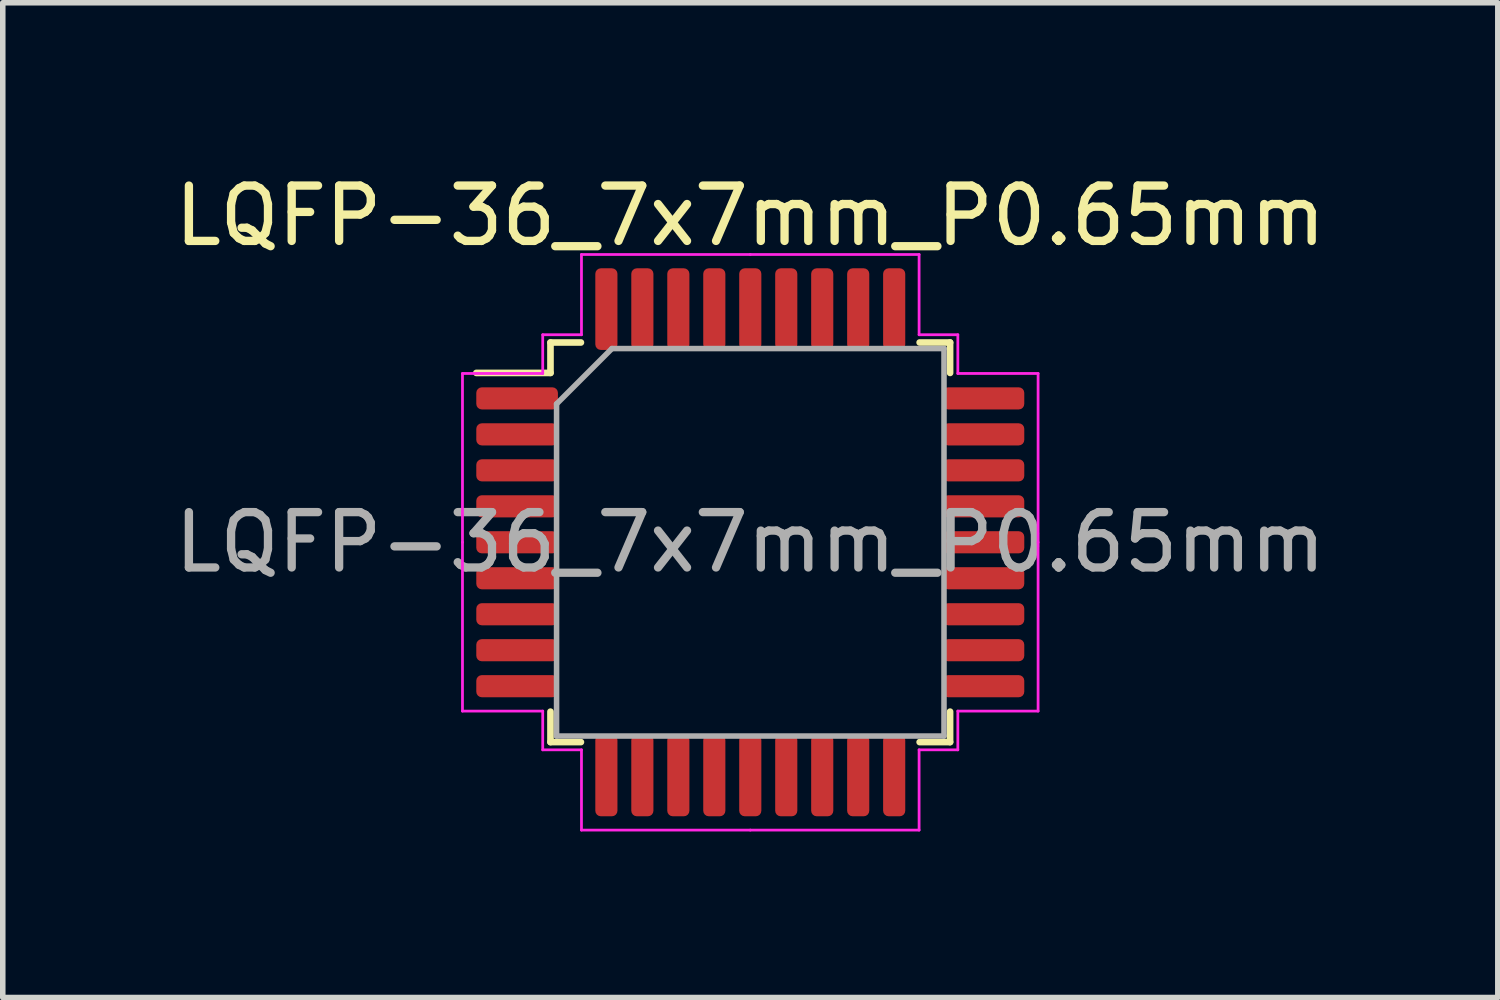
<source format=kicad_pcb>
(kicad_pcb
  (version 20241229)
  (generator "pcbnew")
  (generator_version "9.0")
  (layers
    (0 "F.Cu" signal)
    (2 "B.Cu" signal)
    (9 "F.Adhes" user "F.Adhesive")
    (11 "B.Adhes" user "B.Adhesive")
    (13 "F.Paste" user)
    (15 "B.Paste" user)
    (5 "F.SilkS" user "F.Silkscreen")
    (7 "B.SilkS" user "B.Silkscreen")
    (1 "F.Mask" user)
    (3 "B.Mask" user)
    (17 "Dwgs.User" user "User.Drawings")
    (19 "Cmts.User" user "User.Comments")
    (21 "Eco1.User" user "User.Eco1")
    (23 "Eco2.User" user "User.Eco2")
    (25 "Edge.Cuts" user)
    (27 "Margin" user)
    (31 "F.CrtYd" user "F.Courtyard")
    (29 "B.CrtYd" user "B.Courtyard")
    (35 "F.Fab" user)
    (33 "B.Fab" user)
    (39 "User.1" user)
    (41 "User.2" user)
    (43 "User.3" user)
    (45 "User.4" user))
  (footprint "LQFP-36_7x7mm_P0.65mm"
    (layer "F.Cu")
    (at 10.506 6.748)
    (property "Reference" "LQFP-36_7x7mm_P0.65mm" (at 0 -5.9 0) (layer "F.SilkS") (effects (font (size 1 1) (thickness 0.15))))
    (attr smd)
    (fp_line (start -3.61 -3.61) (end -3.61 -3.06) (stroke (width 0.12) (type solid)) (layer "F.SilkS"))
    (fp_line (start -3.61 -3.06) (end -4.95 -3.06) (stroke (width 0.12) (type solid)) (layer "F.SilkS"))
    (fp_line (start -3.61 3.61) (end -3.61 3.06) (stroke (width 0.12) (type solid)) (layer "F.SilkS"))
    (fp_line (start -3.06 -3.61) (end -3.61 -3.61) (stroke (width 0.12) (type solid)) (layer "F.SilkS"))
    (fp_line (start -3.06 3.61) (end -3.61 3.61) (stroke (width 0.12) (type solid)) (layer "F.SilkS"))
    (fp_line (start 3.06 -3.61) (end 3.61 -3.61) (stroke (width 0.12) (type solid)) (layer "F.SilkS"))
    (fp_line (start 3.06 3.61) (end 3.61 3.61) (stroke (width 0.12) (type solid)) (layer "F.SilkS"))
    (fp_line (start 3.61 -3.61) (end 3.61 -3.06) (stroke (width 0.12) (type solid)) (layer "F.SilkS"))
    (fp_line (start 3.61 3.61) (end 3.61 3.06) (stroke (width 0.12) (type solid)) (layer "F.SilkS"))
    (fp_line (start -5.2 -3.05) (end -5.2 0) (stroke (width 0.05) (type solid)) (layer "F.CrtYd"))
    (fp_line (start -5.2 3.05) (end -5.2 0) (stroke (width 0.05) (type solid)) (layer "F.CrtYd"))
    (fp_line (start -3.75 -3.75) (end -3.75 -3.05) (stroke (width 0.05) (type solid)) (layer "F.CrtYd"))
    (fp_line (start -3.75 -3.05) (end -5.2 -3.05) (stroke (width 0.05) (type solid)) (layer "F.CrtYd"))
    (fp_line (start -3.75 3.05) (end -5.2 3.05) (stroke (width 0.05) (type solid)) (layer "F.CrtYd"))
    (fp_line (start -3.75 3.75) (end -3.75 3.05) (stroke (width 0.05) (type solid)) (layer "F.CrtYd"))
    (fp_line (start -3.05 -5.2) (end -3.05 -3.75) (stroke (width 0.05) (type solid)) (layer "F.CrtYd"))
    (fp_line (start -3.05 -3.75) (end -3.75 -3.75) (stroke (width 0.05) (type solid)) (layer "F.CrtYd"))
    (fp_line (start -3.05 3.75) (end -3.75 3.75) (stroke (width 0.05) (type solid)) (layer "F.CrtYd"))
    (fp_line (start -3.05 5.2) (end -3.05 3.75) (stroke (width 0.05) (type solid)) (layer "F.CrtYd"))
    (fp_line (start 0 -5.2) (end -3.05 -5.2) (stroke (width 0.05) (type solid)) (layer "F.CrtYd"))
    (fp_line (start 0 -5.2) (end 3.05 -5.2) (stroke (width 0.05) (type solid)) (layer "F.CrtYd"))
    (fp_line (start 0 5.2) (end -3.05 5.2) (stroke (width 0.05) (type solid)) (layer "F.CrtYd"))
    (fp_line (start 0 5.2) (end 3.05 5.2) (stroke (width 0.05) (type solid)) (layer "F.CrtYd"))
    (fp_line (start 3.05 -5.2) (end 3.05 -3.75) (stroke (width 0.05) (type solid)) (layer "F.CrtYd"))
    (fp_line (start 3.05 -3.75) (end 3.75 -3.75) (stroke (width 0.05) (type solid)) (layer "F.CrtYd"))
    (fp_line (start 3.05 3.75) (end 3.75 3.75) (stroke (width 0.05) (type solid)) (layer "F.CrtYd"))
    (fp_line (start 3.05 5.2) (end 3.05 3.75) (stroke (width 0.05) (type solid)) (layer "F.CrtYd"))
    (fp_line (start 3.75 -3.75) (end 3.75 -3.05) (stroke (width 0.05) (type solid)) (layer "F.CrtYd"))
    (fp_line (start 3.75 -3.05) (end 5.2 -3.05) (stroke (width 0.05) (type solid)) (layer "F.CrtYd"))
    (fp_line (start 3.75 3.05) (end 5.2 3.05) (stroke (width 0.05) (type solid)) (layer "F.CrtYd"))
    (fp_line (start 3.75 3.75) (end 3.75 3.05) (stroke (width 0.05) (type solid)) (layer "F.CrtYd"))
    (fp_line (start 5.2 -3.05) (end 5.2 0) (stroke (width 0.05) (type solid)) (layer "F.CrtYd"))
    (fp_line (start 5.2 3.05) (end 5.2 0) (stroke (width 0.05) (type solid)) (layer "F.CrtYd"))
    (fp_line (start -3.5 -2.5) (end -2.5 -3.5) (stroke (width 0.1) (type solid)) (layer "F.Fab"))
    (fp_line (start -3.5 3.5) (end -3.5 -2.5) (stroke (width 0.1) (type solid)) (layer "F.Fab"))
    (fp_line (start -2.5 -3.5) (end 3.5 -3.5) (stroke (width 0.1) (type solid)) (layer "F.Fab"))
    (fp_line (start 3.5 -3.5) (end 3.5 3.5) (stroke (width 0.1) (type solid)) (layer "F.Fab"))
    (fp_line (start 3.5 3.5) (end -3.5 3.5) (stroke (width 0.1) (type solid)) (layer "F.Fab"))
    (fp_text user "${REFERENCE}" (at 0 0 0) (layer "F.Fab") (effects (font (size 1 1) (thickness 0.15))))
    (pad "1" smd roundrect (at -4.213 -2.6) (size 1.475 0.4) (layers "F.Cu" "F.Mask" "F.Paste") (roundrect_rratio 0.25))
    (pad "2" smd roundrect (at -4.213 -1.95) (size 1.475 0.4) (layers "F.Cu" "F.Mask" "F.Paste") (roundrect_rratio 0.25))
    (pad "3" smd roundrect (at -4.213 -1.3) (size 1.475 0.4) (layers "F.Cu" "F.Mask" "F.Paste") (roundrect_rratio 0.25))
    (pad "4" smd roundrect (at -4.213 -0.65) (size 1.475 0.4) (layers "F.Cu" "F.Mask" "F.Paste") (roundrect_rratio 0.25))
    (pad "5" smd roundrect (at -4.213 0) (size 1.475 0.4) (layers "F.Cu" "F.Mask" "F.Paste") (roundrect_rratio 0.25))
    (pad "6" smd roundrect (at -4.213 0.65) (size 1.475 0.4) (layers "F.Cu" "F.Mask" "F.Paste") (roundrect_rratio 0.25))
    (pad "7" smd roundrect (at -4.213 1.3) (size 1.475 0.4) (layers "F.Cu" "F.Mask" "F.Paste") (roundrect_rratio 0.25))
    (pad "8" smd roundrect (at -4.213 1.95) (size 1.475 0.4) (layers "F.Cu" "F.Mask" "F.Paste") (roundrect_rratio 0.25))
    (pad "9" smd roundrect (at -4.213 2.6) (size 1.475 0.4) (layers "F.Cu" "F.Mask" "F.Paste") (roundrect_rratio 0.25))
    (pad "10" smd roundrect (at -2.6 4.213) (size 0.4 1.475) (layers "F.Cu" "F.Mask" "F.Paste") (roundrect_rratio 0.25))
    (pad "11" smd roundrect (at -1.95 4.213) (size 0.4 1.475) (layers "F.Cu" "F.Mask" "F.Paste") (roundrect_rratio 0.25))
    (pad "12" smd roundrect (at -1.3 4.213) (size 0.4 1.475) (layers "F.Cu" "F.Mask" "F.Paste") (roundrect_rratio 0.25))
    (pad "13" smd roundrect (at -0.65 4.213) (size 0.4 1.475) (layers "F.Cu" "F.Mask" "F.Paste") (roundrect_rratio 0.25))
    (pad "14" smd roundrect (at 0 4.213) (size 0.4 1.475) (layers "F.Cu" "F.Mask" "F.Paste") (roundrect_rratio 0.25))
    (pad "15" smd roundrect (at 0.65 4.213) (size 0.4 1.475) (layers "F.Cu" "F.Mask" "F.Paste") (roundrect_rratio 0.25))
    (pad "16" smd roundrect (at 1.3 4.213) (size 0.4 1.475) (layers "F.Cu" "F.Mask" "F.Paste") (roundrect_rratio 0.25))
    (pad "17" smd roundrect (at 1.95 4.213) (size 0.4 1.475) (layers "F.Cu" "F.Mask" "F.Paste") (roundrect_rratio 0.25))
    (pad "18" smd roundrect (at 2.6 4.213) (size 0.4 1.475) (layers "F.Cu" "F.Mask" "F.Paste") (roundrect_rratio 0.25))
    (pad "19" smd roundrect (at 4.213 2.6) (size 1.475 0.4) (layers "F.Cu" "F.Mask" "F.Paste") (roundrect_rratio 0.25))
    (pad "20" smd roundrect (at 4.213 1.95) (size 1.475 0.4) (layers "F.Cu" "F.Mask" "F.Paste") (roundrect_rratio 0.25))
    (pad "21" smd roundrect (at 4.213 1.3) (size 1.475 0.4) (layers "F.Cu" "F.Mask" "F.Paste") (roundrect_rratio 0.25))
    (pad "22" smd roundrect (at 4.213 0.65) (size 1.475 0.4) (layers "F.Cu" "F.Mask" "F.Paste") (roundrect_rratio 0.25))
    (pad "23" smd roundrect (at 4.213 0) (size 1.475 0.4) (layers "F.Cu" "F.Mask" "F.Paste") (roundrect_rratio 0.25))
    (pad "24" smd roundrect (at 4.213 -0.65) (size 1.475 0.4) (layers "F.Cu" "F.Mask" "F.Paste") (roundrect_rratio 0.25))
    (pad "25" smd roundrect (at 4.213 -1.3) (size 1.475 0.4) (layers "F.Cu" "F.Mask" "F.Paste") (roundrect_rratio 0.25))
    (pad "26" smd roundrect (at 4.213 -1.95) (size 1.475 0.4) (layers "F.Cu" "F.Mask" "F.Paste") (roundrect_rratio 0.25))
    (pad "27" smd roundrect (at 4.213 -2.6) (size 1.475 0.4) (layers "F.Cu" "F.Mask" "F.Paste") (roundrect_rratio 0.25))
    (pad "28" smd roundrect (at 2.6 -4.213) (size 0.4 1.475) (layers "F.Cu" "F.Mask" "F.Paste") (roundrect_rratio 0.25))
    (pad "29" smd roundrect (at 1.95 -4.213) (size 0.4 1.475) (layers "F.Cu" "F.Mask" "F.Paste") (roundrect_rratio 0.25))
    (pad "30" smd roundrect (at 1.3 -4.213) (size 0.4 1.475) (layers "F.Cu" "F.Mask" "F.Paste") (roundrect_rratio 0.25))
    (pad "31" smd roundrect (at 0.65 -4.213) (size 0.4 1.475) (layers "F.Cu" "F.Mask" "F.Paste") (roundrect_rratio 0.25))
    (pad "32" smd roundrect (at 0 -4.213) (size 0.4 1.475) (layers "F.Cu" "F.Mask" "F.Paste") (roundrect_rratio 0.25))
    (pad "33" smd roundrect (at -0.65 -4.213) (size 0.4 1.475) (layers "F.Cu" "F.Mask" "F.Paste") (roundrect_rratio 0.25))
    (pad "34" smd roundrect (at -1.3 -4.213) (size 0.4 1.475) (layers "F.Cu" "F.Mask" "F.Paste") (roundrect_rratio 0.25))
    (pad "35" smd roundrect (at -1.95 -4.213) (size 0.4 1.475) (layers "F.Cu" "F.Mask" "F.Paste") (roundrect_rratio 0.25))
    (pad "36" smd roundrect (at -2.6 -4.213) (size 0.4 1.475) (layers "F.Cu" "F.Mask" "F.Paste") (roundrect_rratio 0.25)))
  (gr_rect
    (start -3 -3)
    (end 24.012 14.973)
    (stroke (width 0.1) (type default))
    (fill no)
    (layer "Edge.Cuts")))
</source>
